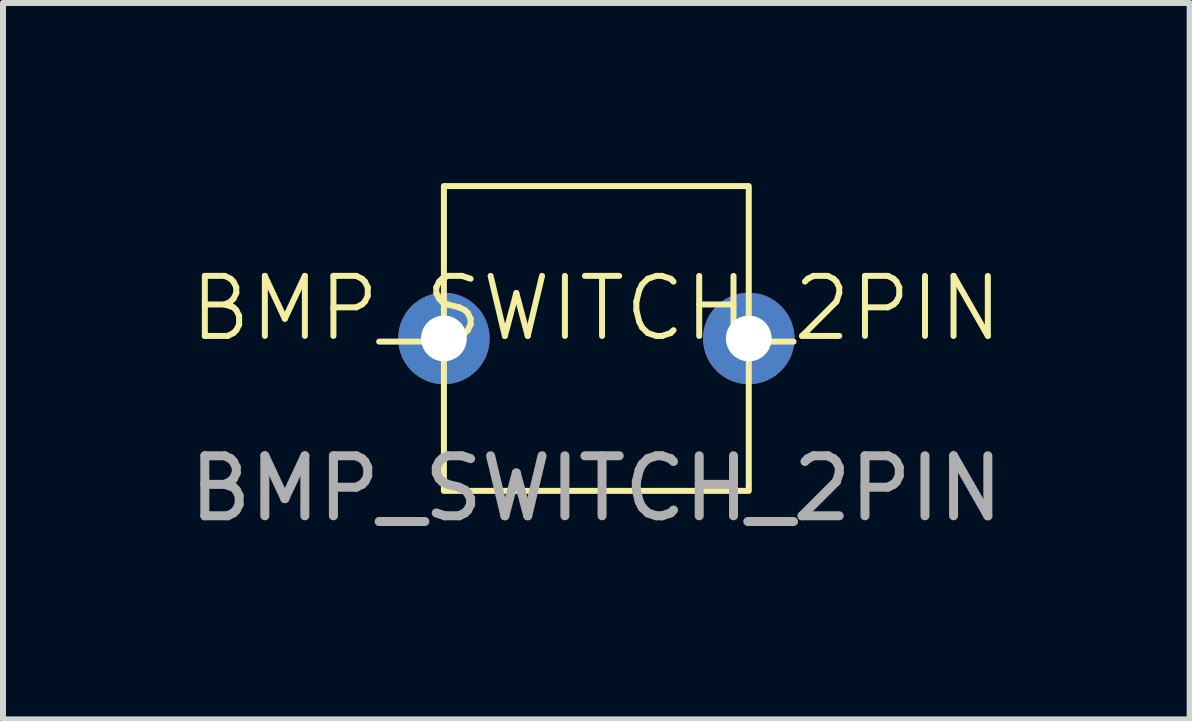
<source format=kicad_pcb>
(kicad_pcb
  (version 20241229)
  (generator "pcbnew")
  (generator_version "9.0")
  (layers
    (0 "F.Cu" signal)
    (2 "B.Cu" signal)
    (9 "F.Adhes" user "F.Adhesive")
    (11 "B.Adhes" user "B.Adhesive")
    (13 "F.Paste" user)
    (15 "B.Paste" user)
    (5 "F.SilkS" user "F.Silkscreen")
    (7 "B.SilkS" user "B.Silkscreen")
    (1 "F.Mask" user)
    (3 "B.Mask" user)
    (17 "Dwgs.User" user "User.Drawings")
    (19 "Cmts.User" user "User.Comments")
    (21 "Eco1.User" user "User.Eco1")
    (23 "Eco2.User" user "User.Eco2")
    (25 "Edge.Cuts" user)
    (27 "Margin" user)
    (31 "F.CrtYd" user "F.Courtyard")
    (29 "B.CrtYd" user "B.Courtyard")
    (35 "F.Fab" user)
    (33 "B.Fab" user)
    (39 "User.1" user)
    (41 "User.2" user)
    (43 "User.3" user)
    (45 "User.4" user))
  (footprint "BMP_SWITCH_2PIN"
    (layer "F.Cu")
    (at 6.887 2.59)
    (property "Reference" "BMP_SWITCH_2PIN" (at 0 -0.5 0) (unlocked yes) (layer "F.SilkS") (effects (font (size 1 1) (thickness 0.1))))
    (attr through_hole)
    (fp_rect (start -2.54 2.54) (end 2.54 -2.54) (stroke (width 0.1) (type default)) (fill no) (layer "F.SilkS"))
    (fp_text user "${REFERENCE}" (at 0 2.5 0) (unlocked yes) (layer "F.Fab") (effects (font (size 1 1) (thickness 0.15))))
    (pad "1" thru_hole circle (at -2.54 0) (size 1.524 1.524) (drill 0.762) (layers "*.Cu" "*.Mask"))
    (pad "2" thru_hole circle (at 2.54 0) (size 1.524 1.524) (drill 0.762) (layers "*.Cu" "*.Mask")))
  (gr_rect
    (start -3 -3)
    (end 16.774 8.938)
    (stroke (width 0.1) (type default))
    (fill no)
    (layer "Edge.Cuts")))
</source>
